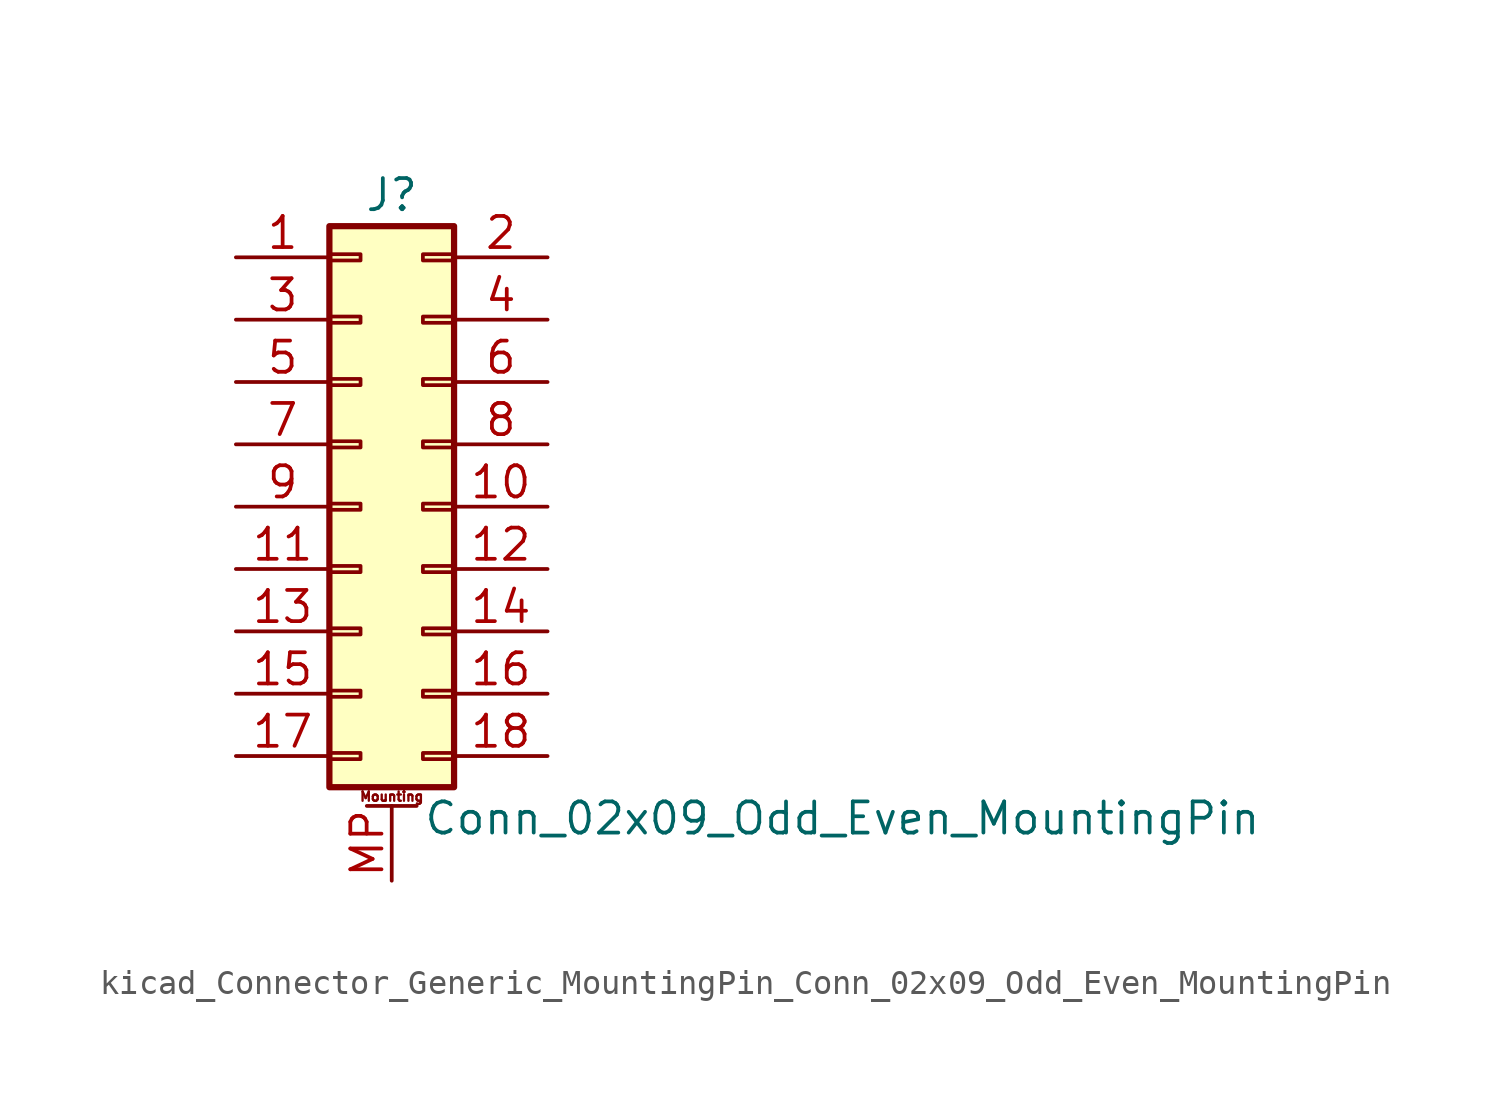
<source format=kicad_sym>
(kicad_symbol_lib
  (version 20220914)
  (generator kicad_symbol_editor)
  (symbol "kicad_Connector_Generic_MountingPin_Conn_02x09_Odd_Even_MountingPin"
    (pin_names
      (offset 1.016) hide)
    (property "Reference" "J"
      (at 1.27 12.7 0)
      (effects (font (size 1.27 1.27))))
    (property "Value" "Conn_02x09_Odd_Even_MountingPin"
      (at 2.54 -12.7 0)
      (effects (font (size 1.27 1.27)) (justify left)))
    (symbol "kicad_Connector_Generic_MountingPin_Conn_02x09_Odd_Even_MountingPin_1_1"
      (rectangle (start -1.27 -10.033) (end 0 -10.287) (stroke (width 0.152) (type default)) (fill (type none)))
      (rectangle (start -1.27 -7.493) (end 0 -7.747) (stroke (width 0.152) (type default)) (fill (type none)))
      (rectangle (start -1.27 -4.953) (end 0 -5.207) (stroke (width 0.152) (type default)) (fill (type none)))
      (rectangle (start -1.27 -2.413) (end 0 -2.667) (stroke (width 0.152) (type default)) (fill (type none)))
      (rectangle (start -1.27 0.127) (end 0 -0.127) (stroke (width 0.152) (type default)) (fill (type none)))
      (rectangle (start -1.27 2.667) (end 0 2.413) (stroke (width 0.152) (type default)) (fill (type none)))
      (rectangle (start -1.27 5.207) (end 0 4.953) (stroke (width 0.152) (type default)) (fill (type none)))
      (rectangle (start -1.27 7.747) (end 0 7.493) (stroke (width 0.152) (type default)) (fill (type none)))
      (rectangle (start -1.27 10.287) (end 0 10.033) (stroke (width 0.152) (type default)) (fill (type none)))
      (rectangle (start -1.27 11.43) (end 3.81 -11.43) (stroke (width 0.254) (type default)) (fill (type background)))
      (polyline (pts (xy 0.254 -12.192) (xy 2.286 -12.192)) (stroke (width 0.152) (type default)) (fill (type none)))
      (rectangle (start 3.81 -10.033) (end 2.54 -10.287) (stroke (width 0.152) (type default)) (fill (type none)))
      (rectangle (start 3.81 -7.493) (end 2.54 -7.747) (stroke (width 0.152) (type default)) (fill (type none)))
      (rectangle (start 3.81 -4.953) (end 2.54 -5.207) (stroke (width 0.152) (type default)) (fill (type none)))
      (rectangle (start 3.81 -2.413) (end 2.54 -2.667) (stroke (width 0.152) (type default)) (fill (type none)))
      (rectangle (start 3.81 0.127) (end 2.54 -0.127) (stroke (width 0.152) (type default)) (fill (type none)))
      (rectangle (start 3.81 2.667) (end 2.54 2.413) (stroke (width 0.152) (type default)) (fill (type none)))
      (rectangle (start 3.81 5.207) (end 2.54 4.953) (stroke (width 0.152) (type default)) (fill (type none)))
      (rectangle (start 3.81 7.747) (end 2.54 7.493) (stroke (width 0.152) (type default)) (fill (type none)))
      (rectangle (start 3.81 10.287) (end 2.54 10.033) (stroke (width 0.152) (type default)) (fill (type none)))
      (text "Mounting" (at 1.27 -11.811 0) (effects (font (size 0.381 0.381))))
      (pin passive line (at -5.08 10.16 0) (length 3.81) (name "Pin_1" (effects (font (size 1.27 1.27)))) (number "1" (effects (font (size 1.27 1.27)))))
      (pin passive line (at 7.62 0 180) (length 3.81) (name "Pin_10" (effects (font (size 1.27 1.27)))) (number "10" (effects (font (size 1.27 1.27)))))
      (pin passive line (at -5.08 -2.54 0) (length 3.81) (name "Pin_11" (effects (font (size 1.27 1.27)))) (number "11" (effects (font (size 1.27 1.27)))))
      (pin passive line (at 7.62 -2.54 180) (length 3.81) (name "Pin_12" (effects (font (size 1.27 1.27)))) (number "12" (effects (font (size 1.27 1.27)))))
      (pin passive line (at -5.08 -5.08 0) (length 3.81) (name "Pin_13" (effects (font (size 1.27 1.27)))) (number "13" (effects (font (size 1.27 1.27)))))
      (pin passive line (at 7.62 -5.08 180) (length 3.81) (name "Pin_14" (effects (font (size 1.27 1.27)))) (number "14" (effects (font (size 1.27 1.27)))))
      (pin passive line (at -5.08 -7.62 0) (length 3.81) (name "Pin_15" (effects (font (size 1.27 1.27)))) (number "15" (effects (font (size 1.27 1.27)))))
      (pin passive line (at 7.62 -7.62 180) (length 3.81) (name "Pin_16" (effects (font (size 1.27 1.27)))) (number "16" (effects (font (size 1.27 1.27)))))
      (pin passive line (at -5.08 -10.16 0) (length 3.81) (name "Pin_17" (effects (font (size 1.27 1.27)))) (number "17" (effects (font (size 1.27 1.27)))))
      (pin passive line (at 7.62 -10.16 180) (length 3.81) (name "Pin_18" (effects (font (size 1.27 1.27)))) (number "18" (effects (font (size 1.27 1.27)))))
      (pin passive line (at 7.62 10.16 180) (length 3.81) (name "Pin_2" (effects (font (size 1.27 1.27)))) (number "2" (effects (font (size 1.27 1.27)))))
      (pin passive line (at -5.08 7.62 0) (length 3.81) (name "Pin_3" (effects (font (size 1.27 1.27)))) (number "3" (effects (font (size 1.27 1.27)))))
      (pin passive line (at 7.62 7.62 180) (length 3.81) (name "Pin_4" (effects (font (size 1.27 1.27)))) (number "4" (effects (font (size 1.27 1.27)))))
      (pin passive line (at -5.08 5.08 0) (length 3.81) (name "Pin_5" (effects (font (size 1.27 1.27)))) (number "5" (effects (font (size 1.27 1.27)))))
      (pin passive line (at 7.62 5.08 180) (length 3.81) (name "Pin_6" (effects (font (size 1.27 1.27)))) (number "6" (effects (font (size 1.27 1.27)))))
      (pin passive line (at -5.08 2.54 0) (length 3.81) (name "Pin_7" (effects (font (size 1.27 1.27)))) (number "7" (effects (font (size 1.27 1.27)))))
      (pin passive line (at 7.62 2.54 180) (length 3.81) (name "Pin_8" (effects (font (size 1.27 1.27)))) (number "8" (effects (font (size 1.27 1.27)))))
      (pin passive line (at -5.08 0 0) (length 3.81) (name "Pin_9" (effects (font (size 1.27 1.27)))) (number "9" (effects (font (size 1.27 1.27)))))
      (pin passive line (at 1.27 -15.24 90) (length 3.048) (name "MountPin" (effects (font (size 1.27 1.27)))) (number "MP" (effects (font (size 1.27 1.27))))))))
</source>
